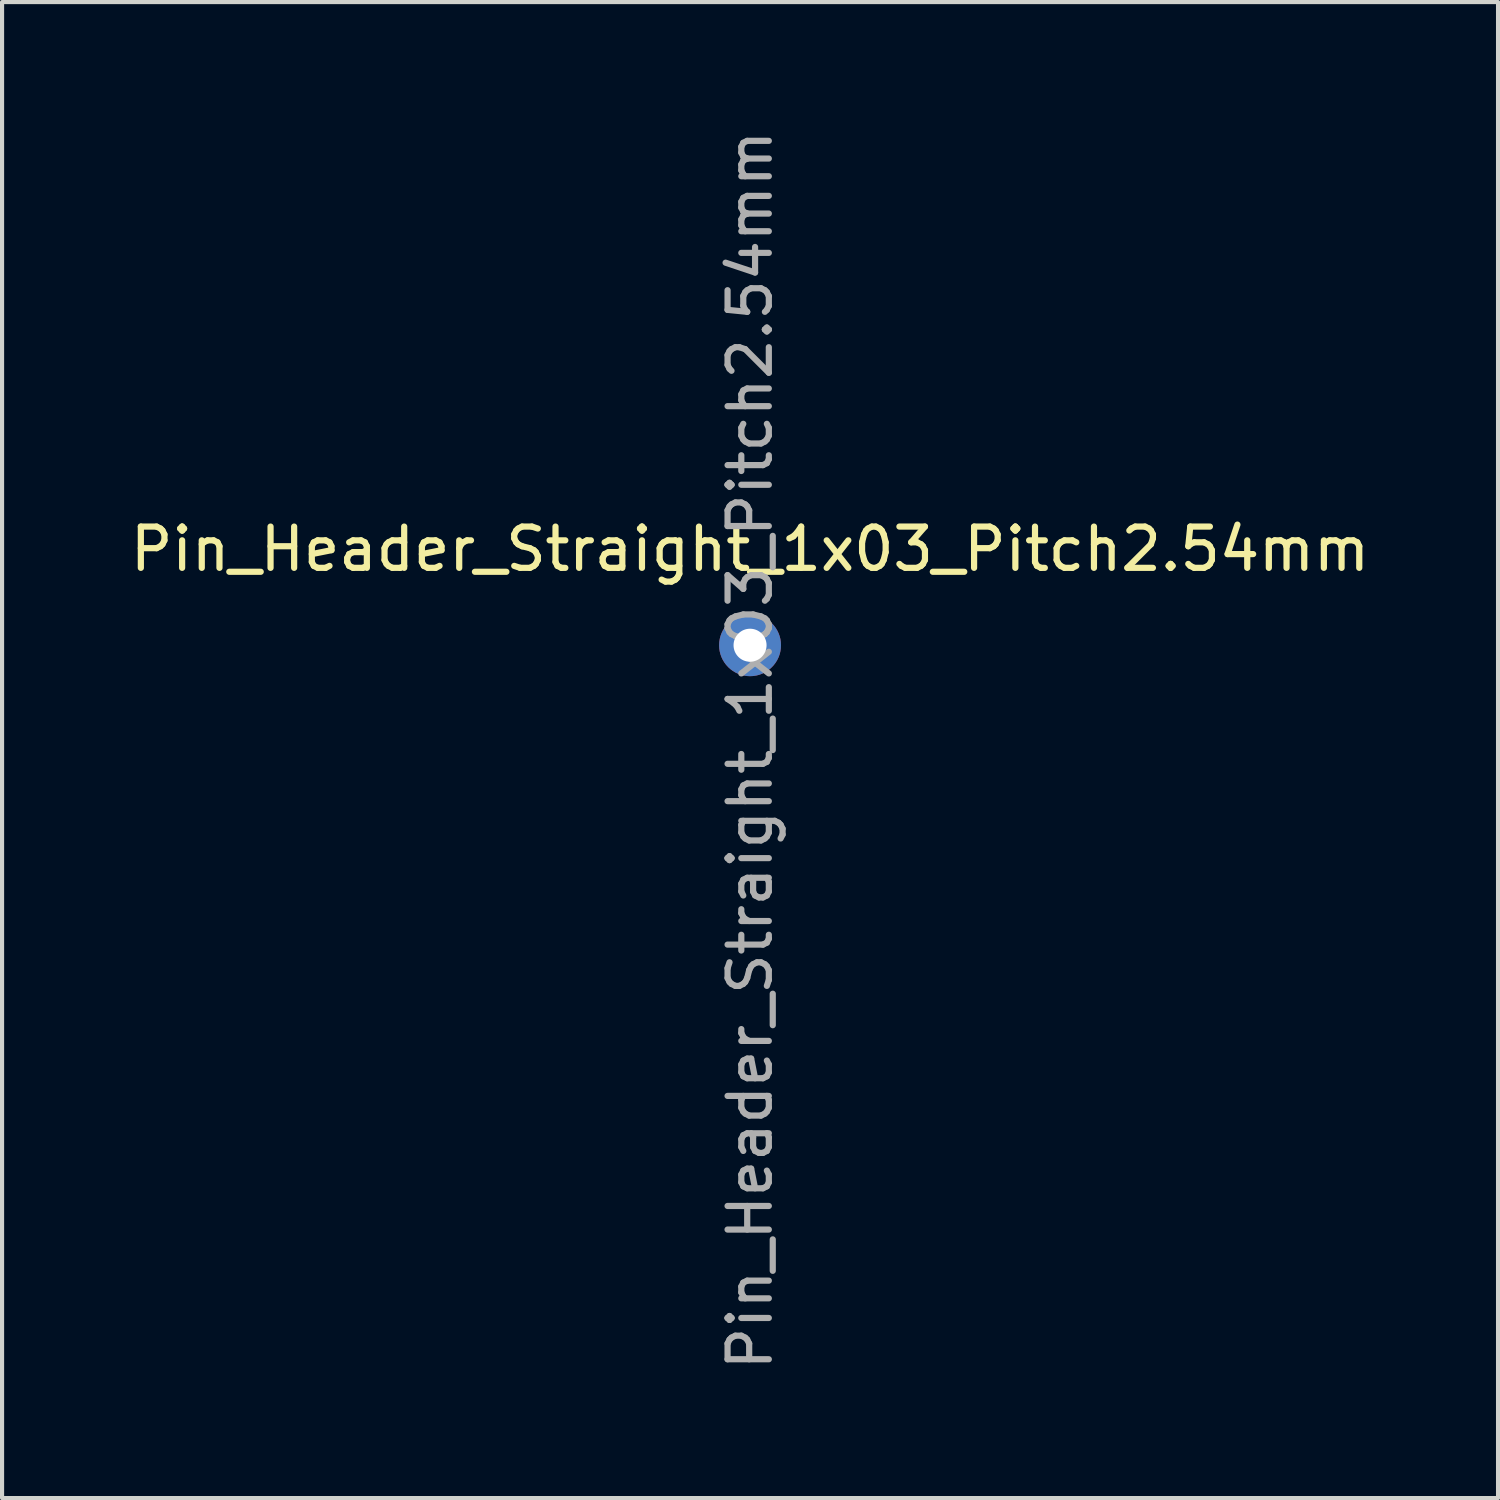
<source format=kicad_pcb>
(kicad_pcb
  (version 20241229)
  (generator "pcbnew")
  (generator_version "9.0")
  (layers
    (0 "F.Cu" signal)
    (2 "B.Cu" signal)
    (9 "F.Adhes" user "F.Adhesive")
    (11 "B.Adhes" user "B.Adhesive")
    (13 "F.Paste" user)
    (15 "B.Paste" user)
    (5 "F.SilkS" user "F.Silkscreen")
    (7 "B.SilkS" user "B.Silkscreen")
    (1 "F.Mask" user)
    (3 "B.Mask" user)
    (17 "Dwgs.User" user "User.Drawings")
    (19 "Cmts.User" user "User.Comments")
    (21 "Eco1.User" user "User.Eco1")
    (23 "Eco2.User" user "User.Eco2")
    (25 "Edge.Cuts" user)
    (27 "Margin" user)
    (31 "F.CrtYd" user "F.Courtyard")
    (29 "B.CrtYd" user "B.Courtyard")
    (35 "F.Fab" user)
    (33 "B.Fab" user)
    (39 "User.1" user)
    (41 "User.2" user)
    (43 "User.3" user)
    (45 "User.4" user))
  (footprint "Pin_Header_Straight_1x03_Pitch2.54mm"
    (layer "F.Cu")
    (at 15.125 12.585)
    (property "Reference" "Pin_Header_Straight_1x03_Pitch2.54mm" (at 0 -2.33 0) (layer "F.SilkS") (effects (font (size 1 1) (thickness 0.15))))
    (attr through_hole)
    (fp_text user "${REFERENCE}" (at 0 2.54 90) (layer "F.Fab") (effects (font (size 1 1) (thickness 0.15))))
    (pad "" thru_hole oval (at 0 0) (size 1.5 1.5) (drill 0.8) (layers "*.Cu" "*.Mask")))
  (gr_rect
    (start -3 -3)
    (end 33.25 33.25)
    (stroke (width 0.1) (type default))
    (fill no)
    (layer "Edge.Cuts")))
</source>
